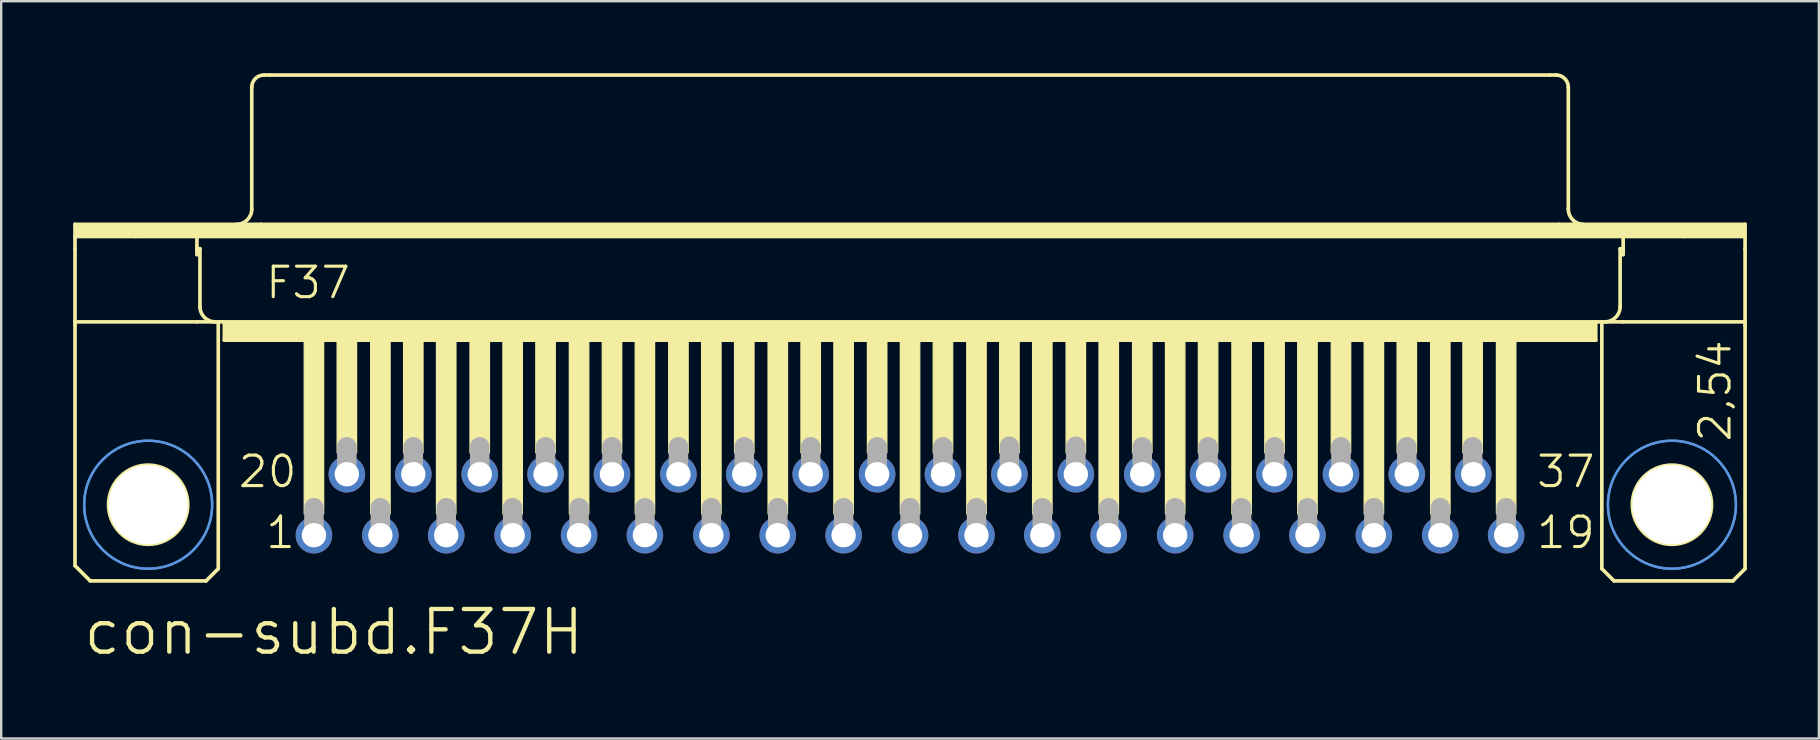
<source format=kicad_pcb>
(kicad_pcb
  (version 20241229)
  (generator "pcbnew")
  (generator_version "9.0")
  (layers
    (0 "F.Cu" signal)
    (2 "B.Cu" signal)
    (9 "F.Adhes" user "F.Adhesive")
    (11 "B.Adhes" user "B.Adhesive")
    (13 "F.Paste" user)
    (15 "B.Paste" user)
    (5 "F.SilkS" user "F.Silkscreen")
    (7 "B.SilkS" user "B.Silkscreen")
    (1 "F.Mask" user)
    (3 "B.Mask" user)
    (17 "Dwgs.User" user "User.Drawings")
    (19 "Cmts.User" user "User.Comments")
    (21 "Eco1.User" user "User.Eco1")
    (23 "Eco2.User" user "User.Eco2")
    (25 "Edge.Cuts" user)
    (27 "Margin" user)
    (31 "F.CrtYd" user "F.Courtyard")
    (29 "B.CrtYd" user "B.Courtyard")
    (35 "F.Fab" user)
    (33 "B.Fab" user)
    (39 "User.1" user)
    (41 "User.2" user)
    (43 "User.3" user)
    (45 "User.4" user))
  (footprint "con-subd.F37H"
    (layer "F.Cu")
    (at 34.874 17.983)
    (property "Reference" "con-subd.F37H" (at -34.544 6.35 0) (layer "F.SilkS") (effects (font (size 1.778 1.778) (thickness 0.18)) (justify left bottom)))
    (attr through_hole)
    (fp_line (start -34.798 -11.684) (end -27.051 -11.684) (stroke (width 0.152) (type default)) (layer "F.SilkS"))
    (fp_line (start -34.798 -11.176) (end -34.798 -11.684) (stroke (width 0.152) (type default)) (layer "F.SilkS"))
    (fp_line (start -34.798 -11.176) (end -32.258 -11.176) (stroke (width 0.152) (type default)) (layer "F.SilkS"))
    (fp_line (start -34.798 -10.668) (end -34.798 -11.176) (stroke (width 0.152) (type default)) (layer "F.SilkS"))
    (fp_line (start -34.798 -7.62) (end -34.798 -10.668) (stroke (width 0.152) (type default)) (layer "F.SilkS"))
    (fp_line (start -34.798 -7.62) (end -34.798 -7.493) (stroke (width 0.152) (type default)) (layer "F.SilkS"))
    (fp_line (start -34.798 -7.62) (end -29.718 -7.62) (stroke (width 0.152) (type default)) (layer "F.SilkS"))
    (fp_line (start -34.798 2.54) (end -34.798 -7.493) (stroke (width 0.152) (type default)) (layer "F.SilkS"))
    (fp_line (start -34.163 3.175) (end -34.798 2.54) (stroke (width 0.152) (type default)) (layer "F.SilkS"))
    (fp_line (start -32.258 -11.176) (end -29.718 -11.176) (stroke (width 0.152) (type default)) (layer "F.SilkS"))
    (fp_line (start -29.718 -11.176) (end 29.718 -11.176) (stroke (width 0.152) (type default)) (layer "F.SilkS"))
    (fp_line (start -29.718 -10.668) (end -29.718 -11.176) (stroke (width 0.152) (type default)) (layer "F.SilkS"))
    (fp_line (start -29.718 -10.668) (end -29.591 -10.668) (stroke (width 0.152) (type default)) (layer "F.SilkS"))
    (fp_line (start -29.718 -10.414) (end -29.718 -10.668) (stroke (width 0.152) (type default)) (layer "F.SilkS"))
    (fp_line (start -29.718 -7.62) (end -28.829 -7.62) (stroke (width 0.152) (type default)) (layer "F.SilkS"))
    (fp_line (start -29.591 -8.255) (end -29.591 -10.668) (stroke (width 0.152) (type default)) (layer "F.SilkS"))
    (fp_line (start -29.337 3.175) (end -34.163 3.175) (stroke (width 0.152) (type default)) (layer "F.SilkS"))
    (fp_line (start -29.337 3.175) (end -28.829 2.667) (stroke (width 0.152) (type default)) (layer "F.SilkS"))
    (fp_line (start -28.829 -7.62) (end -28.575 -7.62) (stroke (width 0.152) (type default)) (layer "F.SilkS"))
    (fp_line (start -28.829 2.667) (end -28.829 -7.62) (stroke (width 0.152) (type default)) (layer "F.SilkS"))
    (fp_line (start -28.575 -7.62) (end -28.575 -6.858) (stroke (width 0.152) (type default)) (layer "F.SilkS"))
    (fp_line (start -28.575 -7.62) (end 28.575 -7.62) (stroke (width 0.152) (type default)) (layer "F.SilkS"))
    (fp_line (start -28.575 -6.858) (end 28.575 -6.858) (stroke (width 0.152) (type default)) (layer "F.SilkS"))
    (fp_line (start -27.432 -12.319) (end -27.432 -17.399) (stroke (width 0.152) (type default)) (layer "F.SilkS"))
    (fp_line (start -27.051 -11.684) (end 27.051 -11.684) (stroke (width 0.152) (type default)) (layer "F.SilkS"))
    (fp_line (start -26.924 -17.907) (end -26.67 -17.907) (stroke (width 0.152) (type default)) (layer "F.SilkS"))
    (fp_line (start -26.67 -17.907) (end 26.67 -17.907) (stroke (width 0.152) (type default)) (layer "F.SilkS"))
    (fp_line (start 26.67 -17.907) (end 26.924 -17.907) (stroke (width 0.152) (type default)) (layer "F.SilkS"))
    (fp_line (start 27.051 -11.684) (end 34.798 -11.684) (stroke (width 0.152) (type default)) (layer "F.SilkS"))
    (fp_line (start 27.432 -12.319) (end 27.432 -17.399) (stroke (width 0.152) (type default)) (layer "F.SilkS"))
    (fp_line (start 28.575 -7.62) (end 28.575 -6.858) (stroke (width 0.152) (type default)) (layer "F.SilkS"))
    (fp_line (start 28.575 -7.62) (end 28.829 -7.62) (stroke (width 0.152) (type default)) (layer "F.SilkS"))
    (fp_line (start 28.829 -7.62) (end 29.718 -7.62) (stroke (width 0.152) (type default)) (layer "F.SilkS"))
    (fp_line (start 28.829 2.667) (end 28.829 -7.62) (stroke (width 0.152) (type default)) (layer "F.SilkS"))
    (fp_line (start 28.829 2.667) (end 29.337 3.175) (stroke (width 0.152) (type default)) (layer "F.SilkS"))
    (fp_line (start 29.337 3.175) (end 34.29 3.175) (stroke (width 0.152) (type default)) (layer "F.SilkS"))
    (fp_line (start 29.591 -10.668) (end 29.718 -10.668) (stroke (width 0.152) (type default)) (layer "F.SilkS"))
    (fp_line (start 29.591 -8.255) (end 29.591 -10.668) (stroke (width 0.152) (type default)) (layer "F.SilkS"))
    (fp_line (start 29.718 -11.176) (end 32.258 -11.176) (stroke (width 0.152) (type default)) (layer "F.SilkS"))
    (fp_line (start 29.718 -10.668) (end 29.718 -11.176) (stroke (width 0.152) (type default)) (layer "F.SilkS"))
    (fp_line (start 29.718 -10.414) (end 29.718 -10.668) (stroke (width 0.152) (type default)) (layer "F.SilkS"))
    (fp_line (start 29.718 -7.62) (end 34.798 -7.62) (stroke (width 0.152) (type default)) (layer "F.SilkS"))
    (fp_line (start 32.258 -11.176) (end 34.798 -11.176) (stroke (width 0.152) (type default)) (layer "F.SilkS"))
    (fp_line (start 34.29 3.175) (end 34.798 2.667) (stroke (width 0.152) (type default)) (layer "F.SilkS"))
    (fp_line (start 34.798 -11.684) (end 34.798 -11.176) (stroke (width 0.152) (type default)) (layer "F.SilkS"))
    (fp_line (start 34.798 -11.176) (end 34.798 -10.668) (stroke (width 0.152) (type default)) (layer "F.SilkS"))
    (fp_line (start 34.798 -10.668) (end 34.798 -7.62) (stroke (width 0.152) (type default)) (layer "F.SilkS"))
    (fp_line (start 34.798 -7.62) (end 34.798 -7.493) (stroke (width 0.152) (type default)) (layer "F.SilkS"))
    (fp_line (start 34.798 2.667) (end 34.798 -7.493) (stroke (width 0.152) (type default)) (layer "F.SilkS"))
    (fp_rect (start -34.798 -11.176) (end 34.798 -11.684) (stroke (width 0.05) (type default)) (fill yes) (layer "F.SilkS"))
    (fp_rect (start -28.575 -6.858) (end 28.575 -7.62) (stroke (width 0.05) (type default)) (fill yes) (layer "F.SilkS"))
    (fp_rect (start -25.248 0.381) (end -24.435 -6.858) (stroke (width 0.05) (type default)) (fill yes) (layer "F.SilkS"))
    (fp_rect (start -23.876 -2.159) (end -23.063 -6.858) (stroke (width 0.05) (type default)) (fill yes) (layer "F.SilkS"))
    (fp_rect (start -22.479 0.381) (end -21.666 -6.858) (stroke (width 0.05) (type default)) (fill yes) (layer "F.SilkS"))
    (fp_rect (start -21.107 -2.159) (end -20.295 -6.858) (stroke (width 0.05) (type default)) (fill yes) (layer "F.SilkS"))
    (fp_rect (start -19.736 0.381) (end -18.923 -6.858) (stroke (width 0.05) (type default)) (fill yes) (layer "F.SilkS"))
    (fp_rect (start -18.339 -2.159) (end -17.526 -6.858) (stroke (width 0.05) (type default)) (fill yes) (layer "F.SilkS"))
    (fp_rect (start -16.967 0.381) (end -16.154 -6.858) (stroke (width 0.05) (type default)) (fill yes) (layer "F.SilkS"))
    (fp_rect (start -15.596 -2.159) (end -14.783 -6.858) (stroke (width 0.05) (type default)) (fill yes) (layer "F.SilkS"))
    (fp_rect (start -14.199 0.381) (end -13.386 -6.858) (stroke (width 0.05) (type default)) (fill yes) (layer "F.SilkS"))
    (fp_rect (start -12.827 -2.159) (end -12.014 -6.858) (stroke (width 0.05) (type default)) (fill yes) (layer "F.SilkS"))
    (fp_rect (start -11.455 0.381) (end -10.643 -6.858) (stroke (width 0.05) (type default)) (fill yes) (layer "F.SilkS"))
    (fp_rect (start -10.058 -2.159) (end -9.246 -6.858) (stroke (width 0.05) (type default)) (fill yes) (layer "F.SilkS"))
    (fp_rect (start -8.687 0.381) (end -7.874 -6.858) (stroke (width 0.05) (type default)) (fill yes) (layer "F.SilkS"))
    (fp_rect (start -7.315 -2.159) (end -6.502 -6.858) (stroke (width 0.05) (type default)) (fill yes) (layer "F.SilkS"))
    (fp_rect (start -5.918 0.381) (end -5.105 -6.858) (stroke (width 0.05) (type default)) (fill yes) (layer "F.SilkS"))
    (fp_rect (start -4.547 -2.159) (end -3.734 -6.858) (stroke (width 0.05) (type default)) (fill yes) (layer "F.SilkS"))
    (fp_rect (start -3.175 0.381) (end -2.362 -6.858) (stroke (width 0.05) (type default)) (fill yes) (layer "F.SilkS"))
    (fp_rect (start -1.778 -2.159) (end -0.965 -6.858) (stroke (width 0.05) (type default)) (fill yes) (layer "F.SilkS"))
    (fp_rect (start -0.406 0.381) (end 0.406 -6.858) (stroke (width 0.05) (type default)) (fill yes) (layer "F.SilkS"))
    (fp_rect (start 0.965 -2.159) (end 1.778 -6.858) (stroke (width 0.05) (type default)) (fill yes) (layer "F.SilkS"))
    (fp_rect (start 2.362 0.381) (end 3.175 -6.858) (stroke (width 0.05) (type default)) (fill yes) (layer "F.SilkS"))
    (fp_rect (start 3.734 -2.159) (end 4.547 -6.858) (stroke (width 0.05) (type default)) (fill yes) (layer "F.SilkS"))
    (fp_rect (start 5.105 0.381) (end 5.918 -6.858) (stroke (width 0.05) (type default)) (fill yes) (layer "F.SilkS"))
    (fp_rect (start 6.502 -2.159) (end 7.315 -6.858) (stroke (width 0.05) (type default)) (fill yes) (layer "F.SilkS"))
    (fp_rect (start 7.874 0.381) (end 8.687 -6.858) (stroke (width 0.05) (type default)) (fill yes) (layer "F.SilkS"))
    (fp_rect (start 9.271 -2.159) (end 10.084 -6.858) (stroke (width 0.05) (type default)) (fill yes) (layer "F.SilkS"))
    (fp_rect (start 10.643 0.381) (end 11.455 -6.858) (stroke (width 0.05) (type default)) (fill yes) (layer "F.SilkS"))
    (fp_rect (start 12.014 -2.159) (end 12.827 -6.858) (stroke (width 0.05) (type default)) (fill yes) (layer "F.SilkS"))
    (fp_rect (start 13.411 0.381) (end 14.224 -6.858) (stroke (width 0.05) (type default)) (fill yes) (layer "F.SilkS"))
    (fp_rect (start 14.783 -2.159) (end 15.596 -6.858) (stroke (width 0.05) (type default)) (fill yes) (layer "F.SilkS"))
    (fp_rect (start 16.154 0.381) (end 16.967 -6.858) (stroke (width 0.05) (type default)) (fill yes) (layer "F.SilkS"))
    (fp_rect (start 17.551 -2.159) (end 18.364 -6.858) (stroke (width 0.05) (type default)) (fill yes) (layer "F.SilkS"))
    (fp_rect (start 18.923 0.381) (end 19.736 -6.858) (stroke (width 0.05) (type default)) (fill yes) (layer "F.SilkS"))
    (fp_rect (start 20.295 -2.159) (end 21.107 -6.858) (stroke (width 0.05) (type default)) (fill yes) (layer "F.SilkS"))
    (fp_rect (start 21.692 0.381) (end 22.504 -6.858) (stroke (width 0.05) (type default)) (fill yes) (layer "F.SilkS"))
    (fp_rect (start 23.038 -2.159) (end 23.851 -6.858) (stroke (width 0.05) (type default)) (fill yes) (layer "F.SilkS"))
    (fp_rect (start 24.435 0.381) (end 25.248 -6.858) (stroke (width 0.05) (type default)) (fill yes) (layer "F.SilkS"))
    (fp_arc (start -28.956 -7.62) (mid -29.405013 -7.805987) (end -29.591 -8.255) (stroke (width 0.1524) (type default)) (layer "F.SilkS"))
    (fp_arc (start -27.432 -17.399) (mid -27.28321 -17.75821) (end -26.924 -17.907) (stroke (width 0.1524) (type default)) (layer "F.SilkS"))
    (fp_arc (start -27.432 -12.319) (mid -27.617987 -11.869987) (end -28.067 -11.684) (stroke (width 0.1524) (type default)) (layer "F.SilkS"))
    (fp_arc (start 26.924 -17.907) (mid 27.28321 -17.75821) (end 27.432 -17.399) (stroke (width 0.1524) (type default)) (layer "F.SilkS"))
    (fp_arc (start 28.067 -11.684) (mid 27.617987 -11.869987) (end 27.432 -12.319) (stroke (width 0.1524) (type default)) (layer "F.SilkS"))
    (fp_arc (start 29.591 -8.255) (mid 29.405013 -7.805987) (end 28.956 -7.62) (stroke (width 0.1524) (type default)) (layer "F.SilkS"))
    (fp_circle (center -31.75 0) (end -30.099 0) (stroke (width 0.152) (type default)) (fill no) (layer "F.SilkS"))
    (fp_circle (center 31.75 0) (end 33.401 0) (stroke (width 0.152) (type default)) (fill no) (layer "F.SilkS"))
    (fp_circle (center -31.75 0) (end -29.083 0) (stroke (width 0.1) (type default)) (fill no) (layer "Cmts.User"))
    (fp_circle (center -31.75 0) (end -29.083 0) (stroke (width 0.1) (type default)) (fill no) (layer "Cmts.User"))
    (fp_circle (center 31.75 0) (end 34.417 0) (stroke (width 0.1) (type default)) (fill no) (layer "Cmts.User"))
    (fp_circle (center 31.75 0) (end 34.417 0) (stroke (width 0.1) (type default)) (fill no) (layer "Cmts.User"))
    (fp_line (start -24.841 1.143) (end -24.841 0.127) (stroke (width 0.813) (type default)) (layer "F.Fab"))
    (fp_line (start -23.47 -1.397) (end -23.47 -2.413) (stroke (width 0.813) (type default)) (layer "F.Fab"))
    (fp_line (start -22.073 1.143) (end -22.073 0.127) (stroke (width 0.813) (type default)) (layer "F.Fab"))
    (fp_line (start -20.701 -1.397) (end -20.701 -2.413) (stroke (width 0.813) (type default)) (layer "F.Fab"))
    (fp_line (start -19.329 1.143) (end -19.329 0.127) (stroke (width 0.813) (type default)) (layer "F.Fab"))
    (fp_line (start -17.932 -1.397) (end -17.932 -2.413) (stroke (width 0.813) (type default)) (layer "F.Fab"))
    (fp_line (start -16.561 1.143) (end -16.561 0.127) (stroke (width 0.813) (type default)) (layer "F.Fab"))
    (fp_line (start -15.189 -1.397) (end -15.189 -2.413) (stroke (width 0.813) (type default)) (layer "F.Fab"))
    (fp_line (start -13.792 1.143) (end -13.792 0.127) (stroke (width 0.813) (type default)) (layer "F.Fab"))
    (fp_line (start -12.421 -1.397) (end -12.421 -2.413) (stroke (width 0.813) (type default)) (layer "F.Fab"))
    (fp_line (start -11.049 1.143) (end -11.049 0.127) (stroke (width 0.813) (type default)) (layer "F.Fab"))
    (fp_line (start -9.652 -1.397) (end -9.652 -2.413) (stroke (width 0.813) (type default)) (layer "F.Fab"))
    (fp_line (start -8.28 1.143) (end -8.28 0.127) (stroke (width 0.813) (type default)) (layer "F.Fab"))
    (fp_line (start -6.909 -1.397) (end -6.909 -2.413) (stroke (width 0.813) (type default)) (layer "F.Fab"))
    (fp_line (start -5.512 1.143) (end -5.512 0.127) (stroke (width 0.813) (type default)) (layer "F.Fab"))
    (fp_line (start -4.14 -1.397) (end -4.14 -2.413) (stroke (width 0.813) (type default)) (layer "F.Fab"))
    (fp_line (start -2.769 1.143) (end -2.769 0.127) (stroke (width 0.813) (type default)) (layer "F.Fab"))
    (fp_line (start -1.372 -1.397) (end -1.372 -2.413) (stroke (width 0.813) (type default)) (layer "F.Fab"))
    (fp_line (start 0 1.143) (end 0 0.127) (stroke (width 0.813) (type default)) (layer "F.Fab"))
    (fp_line (start 1.372 -1.397) (end 1.372 -2.413) (stroke (width 0.813) (type default)) (layer "F.Fab"))
    (fp_line (start 2.769 1.143) (end 2.769 0.127) (stroke (width 0.813) (type default)) (layer "F.Fab"))
    (fp_line (start 4.14 -1.422) (end 4.14 -2.438) (stroke (width 0.813) (type default)) (layer "F.Fab"))
    (fp_line (start 5.512 1.143) (end 5.512 0.127) (stroke (width 0.813) (type default)) (layer "F.Fab"))
    (fp_line (start 6.909 -1.422) (end 6.909 -2.438) (stroke (width 0.813) (type default)) (layer "F.Fab"))
    (fp_line (start 8.28 1.143) (end 8.28 0.127) (stroke (width 0.813) (type default)) (layer "F.Fab"))
    (fp_line (start 9.677 -1.397) (end 9.677 -2.413) (stroke (width 0.813) (type default)) (layer "F.Fab"))
    (fp_line (start 11.049 1.143) (end 11.049 0.127) (stroke (width 0.813) (type default)) (layer "F.Fab"))
    (fp_line (start 12.421 -1.397) (end 12.421 -2.413) (stroke (width 0.813) (type default)) (layer "F.Fab"))
    (fp_line (start 13.818 1.143) (end 13.818 0.127) (stroke (width 0.813) (type default)) (layer "F.Fab"))
    (fp_line (start 15.189 -1.397) (end 15.189 -2.413) (stroke (width 0.813) (type default)) (layer "F.Fab"))
    (fp_line (start 16.561 1.143) (end 16.561 0.127) (stroke (width 0.813) (type default)) (layer "F.Fab"))
    (fp_line (start 17.958 -1.397) (end 17.958 -2.413) (stroke (width 0.813) (type default)) (layer "F.Fab"))
    (fp_line (start 19.329 1.143) (end 19.329 0.127) (stroke (width 0.813) (type default)) (layer "F.Fab"))
    (fp_line (start 20.701 -1.397) (end 20.701 -2.413) (stroke (width 0.813) (type default)) (layer "F.Fab"))
    (fp_line (start 22.098 1.143) (end 22.098 0.127) (stroke (width 0.813) (type default)) (layer "F.Fab"))
    (fp_line (start 23.444 -1.397) (end 23.444 -2.413) (stroke (width 0.813) (type default)) (layer "F.Fab"))
    (fp_line (start 24.841 1.143) (end 24.841 0.127) (stroke (width 0.813) (type default)) (layer "F.Fab"))
    (fp_text user "37" (at 26.035 -0.635 0) (layer "F.SilkS") (effects (font (size 1.27 1.27) (thickness 0.13)) (justify left bottom)))
    (fp_text user "2,54" (at 34.29 -2.54 90) (layer "F.SilkS") (effects (font (size 1.27 1.27) (thickness 0.13)) (justify left bottom)))
    (fp_text user "20" (at -28.067 -0.635 0) (layer "F.SilkS") (effects (font (size 1.27 1.27) (thickness 0.13)) (justify left bottom)))
    (fp_text user "19" (at 26.035 1.905 0) (layer "F.SilkS") (effects (font (size 1.27 1.27) (thickness 0.13)) (justify left bottom)))
    (fp_text user "F37" (at -26.924 -8.509 0) (layer "F.SilkS") (effects (font (size 1.27 1.27) (thickness 0.13)) (justify left bottom)))
    (fp_text user "1" (at -26.924 1.905 0) (layer "F.SilkS") (effects (font (size 1.27 1.27) (thickness 0.13)) (justify left bottom)))
    (pad "" np_thru_hole circle (at -31.75 0) (size 3.302 3.302) (drill 3.302) (layers "*.Cu" "*.Mask"))
    (pad "" np_thru_hole circle (at 31.75 0) (size 3.302 3.302) (drill 3.302) (layers "*.Cu" "*.Mask"))
    (pad "1" thru_hole circle (at -24.841 1.27) (size 1.524 1.524) (drill 1.016) (layers "*.Cu" "*.Mask"))
    (pad "2" thru_hole circle (at -22.073 1.27) (size 1.524 1.524) (drill 1.016) (layers "*.Cu" "*.Mask"))
    (pad "3" thru_hole circle (at -19.329 1.27) (size 1.524 1.524) (drill 1.016) (layers "*.Cu" "*.Mask"))
    (pad "4" thru_hole circle (at -16.561 1.27) (size 1.524 1.524) (drill 1.016) (layers "*.Cu" "*.Mask"))
    (pad "5" thru_hole circle (at -13.792 1.27) (size 1.524 1.524) (drill 1.016) (layers "*.Cu" "*.Mask"))
    (pad "6" thru_hole circle (at -11.049 1.27) (size 1.524 1.524) (drill 1.016) (layers "*.Cu" "*.Mask"))
    (pad "7" thru_hole circle (at -8.28 1.27) (size 1.524 1.524) (drill 1.016) (layers "*.Cu" "*.Mask"))
    (pad "8" thru_hole circle (at -5.512 1.27) (size 1.524 1.524) (drill 1.016) (layers "*.Cu" "*.Mask"))
    (pad "9" thru_hole circle (at -2.769 1.27) (size 1.524 1.524) (drill 1.016) (layers "*.Cu" "*.Mask"))
    (pad "10" thru_hole circle (at 0 1.27) (size 1.524 1.524) (drill 1.016) (layers "*.Cu" "*.Mask"))
    (pad "11" thru_hole circle (at 2.769 1.27) (size 1.524 1.524) (drill 1.016) (layers "*.Cu" "*.Mask"))
    (pad "12" thru_hole circle (at 5.512 1.27) (size 1.524 1.524) (drill 1.016) (layers "*.Cu" "*.Mask"))
    (pad "13" thru_hole circle (at 8.28 1.27) (size 1.524 1.524) (drill 1.016) (layers "*.Cu" "*.Mask"))
    (pad "14" thru_hole circle (at 11.049 1.27) (size 1.524 1.524) (drill 1.016) (layers "*.Cu" "*.Mask"))
    (pad "15" thru_hole circle (at 13.818 1.27) (size 1.524 1.524) (drill 1.016) (layers "*.Cu" "*.Mask"))
    (pad "16" thru_hole circle (at 16.561 1.27) (size 1.524 1.524) (drill 1.016) (layers "*.Cu" "*.Mask"))
    (pad "17" thru_hole circle (at 19.329 1.27) (size 1.524 1.524) (drill 1.016) (layers "*.Cu" "*.Mask"))
    (pad "18" thru_hole circle (at 22.098 1.27) (size 1.524 1.524) (drill 1.016) (layers "*.Cu" "*.Mask"))
    (pad "19" thru_hole circle (at 24.841 1.27) (size 1.524 1.524) (drill 1.016) (layers "*.Cu" "*.Mask"))
    (pad "20" thru_hole circle (at -23.47 -1.27) (size 1.524 1.524) (drill 1.016) (layers "*.Cu" "*.Mask"))
    (pad "21" thru_hole circle (at -20.701 -1.27) (size 1.524 1.524) (drill 1.016) (layers "*.Cu" "*.Mask"))
    (pad "22" thru_hole circle (at -17.932 -1.27) (size 1.524 1.524) (drill 1.016) (layers "*.Cu" "*.Mask"))
    (pad "23" thru_hole circle (at -15.189 -1.27) (size 1.524 1.524) (drill 1.016) (layers "*.Cu" "*.Mask"))
    (pad "24" thru_hole circle (at -12.421 -1.27) (size 1.524 1.524) (drill 1.016) (layers "*.Cu" "*.Mask"))
    (pad "25" thru_hole circle (at -9.652 -1.27) (size 1.524 1.524) (drill 1.016) (layers "*.Cu" "*.Mask"))
    (pad "26" thru_hole circle (at -6.909 -1.27) (size 1.524 1.524) (drill 1.016) (layers "*.Cu" "*.Mask"))
    (pad "27" thru_hole circle (at -4.14 -1.27) (size 1.524 1.524) (drill 1.016) (layers "*.Cu" "*.Mask"))
    (pad "28" thru_hole circle (at -1.372 -1.27) (size 1.524 1.524) (drill 1.016) (layers "*.Cu" "*.Mask"))
    (pad "29" thru_hole circle (at 1.372 -1.27) (size 1.524 1.524) (drill 1.016) (layers "*.Cu" "*.Mask"))
    (pad "30" thru_hole circle (at 4.14 -1.27) (size 1.524 1.524) (drill 1.016) (layers "*.Cu" "*.Mask"))
    (pad "31" thru_hole circle (at 6.909 -1.27) (size 1.524 1.524) (drill 1.016) (layers "*.Cu" "*.Mask"))
    (pad "32" thru_hole circle (at 9.677 -1.27) (size 1.524 1.524) (drill 1.016) (layers "*.Cu" "*.Mask"))
    (pad "33" thru_hole circle (at 12.421 -1.27) (size 1.524 1.524) (drill 1.016) (layers "*.Cu" "*.Mask"))
    (pad "34" thru_hole circle (at 15.189 -1.27) (size 1.524 1.524) (drill 1.016) (layers "*.Cu" "*.Mask"))
    (pad "35" thru_hole circle (at 17.958 -1.27) (size 1.524 1.524) (drill 1.016) (layers "*.Cu" "*.Mask"))
    (pad "36" thru_hole circle (at 20.701 -1.27) (size 1.524 1.524) (drill 1.016) (layers "*.Cu" "*.Mask"))
    (pad "37" thru_hole circle (at 23.47 -1.27) (size 1.524 1.524) (drill 1.016) (layers "*.Cu" "*.Mask")))
  (gr_rect
    (start -3 -3)
    (end 72.748 27.727)
    (stroke (width 0.1) (type default))
    (fill no)
    (layer "Edge.Cuts")))
</source>
